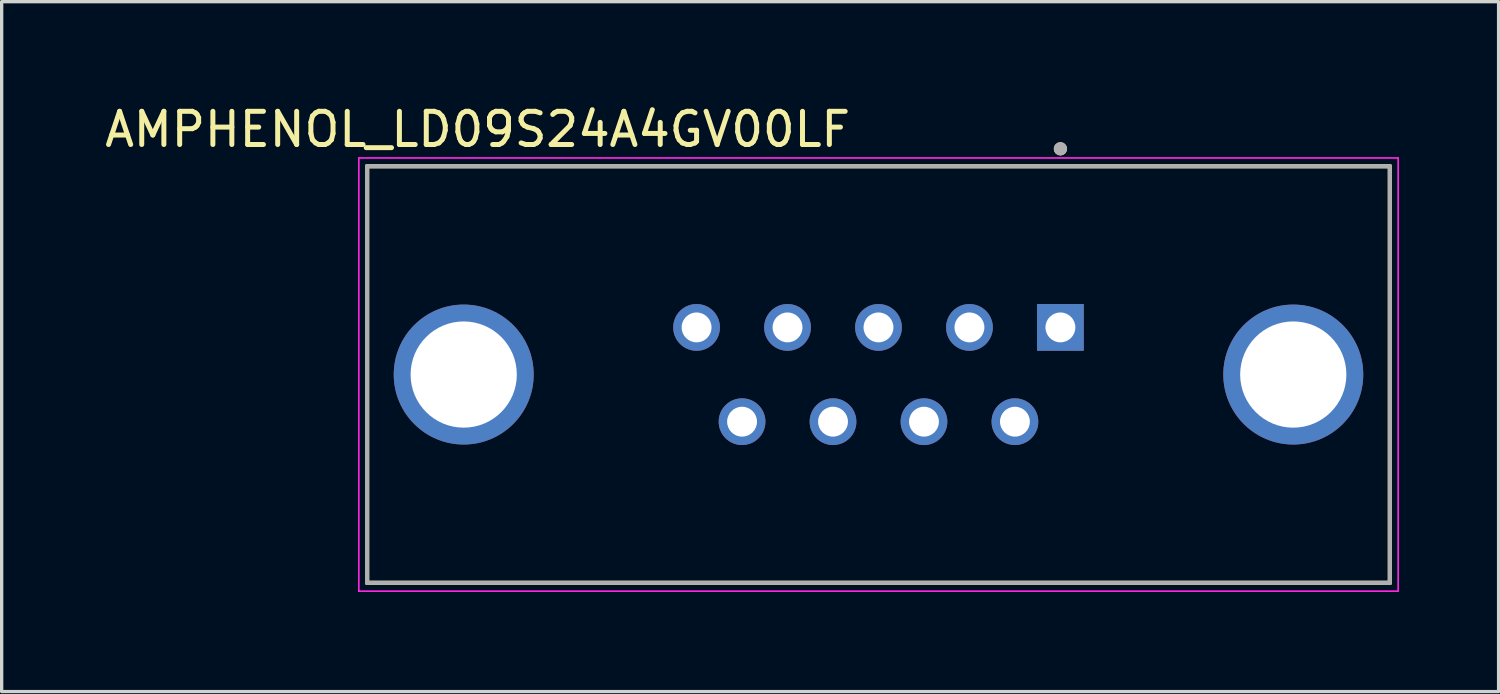
<source format=kicad_pcb>
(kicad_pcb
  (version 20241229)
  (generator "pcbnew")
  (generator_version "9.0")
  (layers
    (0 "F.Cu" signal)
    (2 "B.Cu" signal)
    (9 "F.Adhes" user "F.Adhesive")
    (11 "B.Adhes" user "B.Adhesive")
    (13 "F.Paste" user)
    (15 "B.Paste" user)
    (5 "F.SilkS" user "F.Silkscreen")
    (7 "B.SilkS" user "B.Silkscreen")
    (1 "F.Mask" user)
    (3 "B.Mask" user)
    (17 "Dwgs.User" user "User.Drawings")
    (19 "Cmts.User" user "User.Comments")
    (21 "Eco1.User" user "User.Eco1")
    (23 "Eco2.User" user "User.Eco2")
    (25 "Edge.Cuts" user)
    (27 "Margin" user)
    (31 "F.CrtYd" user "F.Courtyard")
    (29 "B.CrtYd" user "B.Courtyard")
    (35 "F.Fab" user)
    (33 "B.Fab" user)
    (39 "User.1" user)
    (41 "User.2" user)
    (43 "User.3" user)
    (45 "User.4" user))
  (footprint "AMPHENOL_LD09S24A4GV00LF"
    (layer "F.Cu")
    (at 23.414 8.233)
    (property "Reference" "AMPHENOL_LD09S24A4GV00LF" (at -12.075 -7.385 0) (layer "F.SilkS") (effects (font (size 1 1) (thickness 0.15))))
    (attr through_hole)
    (fp_line (start -15.405 -6.275) (end 15.405 -6.275) (stroke (width 0.127) (type solid)) (layer "F.SilkS"))
    (fp_line (start -15.405 6.275) (end -15.405 -6.275) (stroke (width 0.127) (type solid)) (layer "F.SilkS"))
    (fp_line (start 15.405 -6.275) (end 15.405 6.275) (stroke (width 0.127) (type solid)) (layer "F.SilkS"))
    (fp_line (start 15.405 6.275) (end -15.405 6.275) (stroke (width 0.127) (type solid)) (layer "F.SilkS"))
    (fp_circle (center 5.48 -6.8) (end 5.58 -6.8) (stroke (width 0.2) (type solid)) (fill no) (layer "F.SilkS"))
    (fp_line (start -15.655 -6.525) (end -15.655 6.525) (stroke (width 0.05) (type solid)) (layer "F.CrtYd"))
    (fp_line (start -15.655 6.525) (end 15.655 6.525) (stroke (width 0.05) (type solid)) (layer "F.CrtYd"))
    (fp_line (start 15.655 -6.525) (end -15.655 -6.525) (stroke (width 0.05) (type solid)) (layer "F.CrtYd"))
    (fp_line (start 15.655 6.525) (end 15.655 -6.525) (stroke (width 0.05) (type solid)) (layer "F.CrtYd"))
    (fp_line (start -15.405 -6.275) (end 15.405 -6.275) (stroke (width 0.127) (type solid)) (layer "F.Fab"))
    (fp_line (start -15.405 6.275) (end -15.405 -6.275) (stroke (width 0.127) (type solid)) (layer "F.Fab"))
    (fp_line (start 15.405 -6.275) (end 15.405 6.275) (stroke (width 0.127) (type solid)) (layer "F.Fab"))
    (fp_line (start 15.405 6.275) (end -15.405 6.275) (stroke (width 0.127) (type solid)) (layer "F.Fab"))
    (fp_circle (center 5.48 -6.8) (end 5.58 -6.8) (stroke (width 0.2) (type solid)) (fill no) (layer "F.Fab"))
    (pad "1" thru_hole rect (at 5.48 -1.42) (size 1.408 1.408) (drill 0.9) (layers "*.Cu" "*.Mask"))
    (pad "2" thru_hole circle (at 2.74 -1.42) (size 1.408 1.408) (drill 0.9) (layers "*.Cu" "*.Mask"))
    (pad "3" thru_hole circle (at 0 -1.42) (size 1.408 1.408) (drill 0.9) (layers "*.Cu" "*.Mask"))
    (pad "4" thru_hole circle (at -2.74 -1.42) (size 1.408 1.408) (drill 0.9) (layers "*.Cu" "*.Mask"))
    (pad "5" thru_hole circle (at -5.48 -1.42) (size 1.408 1.408) (drill 0.9) (layers "*.Cu" "*.Mask"))
    (pad "6" thru_hole circle (at 4.11 1.42) (size 1.408 1.408) (drill 0.9) (layers "*.Cu" "*.Mask"))
    (pad "7" thru_hole circle (at 1.37 1.42) (size 1.408 1.408) (drill 0.9) (layers "*.Cu" "*.Mask"))
    (pad "8" thru_hole circle (at -1.37 1.42) (size 1.408 1.408) (drill 0.9) (layers "*.Cu" "*.Mask"))
    (pad "9" thru_hole circle (at -4.11 1.42) (size 1.408 1.408) (drill 0.9) (layers "*.Cu" "*.Mask"))
    (pad "SH1" thru_hole circle (at -12.495 0) (size 4.216 4.216) (drill 3.2) (layers "*.Cu" "*.Mask"))
    (pad "SH2" thru_hole circle (at 12.495 0) (size 4.216 4.216) (drill 3.2) (layers "*.Cu" "*.Mask")))
  (gr_rect
    (start -3 -3)
    (end 42.094 17.783)
    (stroke (width 0.1) (type default))
    (fill no)
    (layer "Edge.Cuts")))
</source>
